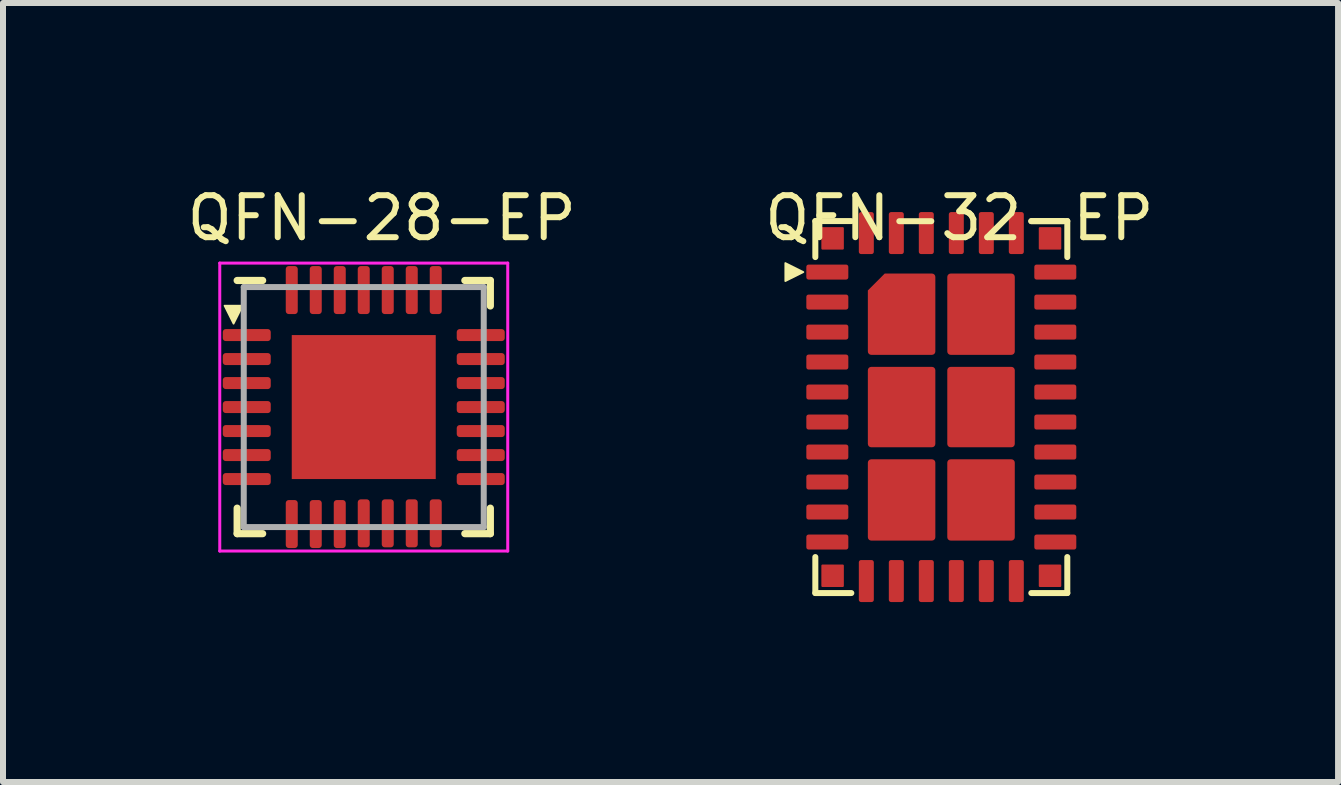
<source format=kicad_pcb>
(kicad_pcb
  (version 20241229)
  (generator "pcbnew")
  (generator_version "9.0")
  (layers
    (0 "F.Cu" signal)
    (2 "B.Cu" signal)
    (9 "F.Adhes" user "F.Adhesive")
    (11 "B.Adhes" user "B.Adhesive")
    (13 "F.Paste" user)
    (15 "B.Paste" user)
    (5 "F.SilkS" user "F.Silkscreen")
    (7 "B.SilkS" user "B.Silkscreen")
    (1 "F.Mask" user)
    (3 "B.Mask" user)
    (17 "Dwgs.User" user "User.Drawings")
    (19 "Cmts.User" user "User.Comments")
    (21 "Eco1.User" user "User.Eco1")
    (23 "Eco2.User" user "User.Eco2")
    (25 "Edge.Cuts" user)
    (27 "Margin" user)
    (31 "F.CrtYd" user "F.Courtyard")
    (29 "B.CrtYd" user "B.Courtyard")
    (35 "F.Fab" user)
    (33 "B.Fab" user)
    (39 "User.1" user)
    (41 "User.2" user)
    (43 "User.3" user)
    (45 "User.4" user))
  (footprint "QFN-28-EP"
    (layer "F.Cu")
    (at 3.013 3.735)
    (property "Reference" "QFN-28-EP" (at 0.3 -3.15 0) (unlocked yes) (layer "F.SilkS") (effects (font (size 0.7 0.7) (thickness 0.1))))
    (attr smd)
    (fp_line (start -2.11 2.11) (end -2.11 1.685) (stroke (width 0.12) (type solid)) (layer "F.SilkS"))
    (fp_line (start -1.685 -2.11) (end -2.11 -2.11) (stroke (width 0.12) (type solid)) (layer "F.SilkS"))
    (fp_line (start -1.685 2.11) (end -2.11 2.11) (stroke (width 0.12) (type solid)) (layer "F.SilkS"))
    (fp_line (start 1.685 -2.11) (end 2.11 -2.11) (stroke (width 0.12) (type solid)) (layer "F.SilkS"))
    (fp_line (start 1.685 2.11) (end 2.11 2.11) (stroke (width 0.12) (type solid)) (layer "F.SilkS"))
    (fp_line (start 2.11 -2.11) (end 2.11 -1.685) (stroke (width 0.12) (type solid)) (layer "F.SilkS"))
    (fp_line (start 2.11 2.11) (end 2.11 1.685) (stroke (width 0.12) (type solid)) (layer "F.SilkS"))
    (fp_poly (pts (xy -2.17 -1.39) (xy -2.32 -1.69) (xy -2.02 -1.69)) (stroke (width 0.03) (type solid)) (fill yes) (layer "F.SilkS"))
    (fp_line (start -2.4 -2.4) (end -2.4 2.4) (stroke (width 0.05) (type solid)) (layer "F.CrtYd"))
    (fp_line (start -2.4 2.4) (end 2.4 2.4) (stroke (width 0.05) (type solid)) (layer "F.CrtYd"))
    (fp_line (start 2.4 -2.4) (end -2.4 -2.4) (stroke (width 0.05) (type solid)) (layer "F.CrtYd"))
    (fp_line (start 2.4 2.4) (end 2.4 -2.4) (stroke (width 0.05) (type solid)) (layer "F.CrtYd"))
    (fp_line (start -2 -2) (end 2 -2) (stroke (width 0.1) (type solid)) (layer "F.Fab"))
    (fp_line (start -2 2) (end -2 -2) (stroke (width 0.1) (type solid)) (layer "F.Fab"))
    (fp_line (start 2 -2) (end 2 2) (stroke (width 0.1) (type solid)) (layer "F.Fab"))
    (fp_line (start 2 2) (end -2 2) (stroke (width 0.1) (type solid)) (layer "F.Fab"))
    (pad "" smd roundrect (at -0.6 -0.6) (size 0.97 0.97) (layers "F.Paste") (roundrect_rratio 0.25))
    (pad "" smd roundrect (at -0.6 0.6) (size 0.97 0.97) (layers "F.Paste") (roundrect_rratio 0.25))
    (pad "" smd roundrect (at 0.6 -0.6) (size 0.97 0.97) (layers "F.Paste") (roundrect_rratio 0.25))
    (pad "" smd roundrect (at 0.6 0.6) (size 0.97 0.97) (layers "F.Paste") (roundrect_rratio 0.25))
    (pad "1" smd roundrect (at -1.95 -1.2) (size 0.8 0.2) (layers "F.Cu" "F.Mask" "F.Paste") (roundrect_rratio 0.25))
    (pad "2" smd roundrect (at -1.95 -0.8) (size 0.8 0.2) (layers "F.Cu" "F.Mask" "F.Paste") (roundrect_rratio 0.25))
    (pad "3" smd roundrect (at -1.95 -0.4) (size 0.8 0.2) (layers "F.Cu" "F.Mask" "F.Paste") (roundrect_rratio 0.25))
    (pad "4" smd roundrect (at -1.95 0) (size 0.8 0.2) (layers "F.Cu" "F.Mask" "F.Paste") (roundrect_rratio 0.25))
    (pad "5" smd roundrect (at -1.95 0.4) (size 0.8 0.2) (layers "F.Cu" "F.Mask" "F.Paste") (roundrect_rratio 0.25))
    (pad "6" smd roundrect (at -1.95 0.8) (size 0.8 0.2) (layers "F.Cu" "F.Mask" "F.Paste") (roundrect_rratio 0.25))
    (pad "7" smd roundrect (at -1.95 1.2) (size 0.8 0.2) (layers "F.Cu" "F.Mask" "F.Paste") (roundrect_rratio 0.25))
    (pad "8" smd roundrect (at -1.2 1.95 90) (size 0.8 0.2) (layers "F.Cu" "F.Mask" "F.Paste") (roundrect_rratio 0.25))
    (pad "9" smd roundrect (at -0.8 1.95 90) (size 0.8 0.2) (layers "F.Cu" "F.Mask" "F.Paste") (roundrect_rratio 0.25))
    (pad "10" smd roundrect (at -0.4 1.95 90) (size 0.8 0.2) (layers "F.Cu" "F.Mask" "F.Paste") (roundrect_rratio 0.25))
    (pad "11" smd roundrect (at 0 1.938) (size 0.2 0.8) (layers "F.Cu" "F.Mask" "F.Paste") (roundrect_rratio 0.25))
    (pad "12" smd roundrect (at 0.4 1.938) (size 0.2 0.8) (layers "F.Cu" "F.Mask" "F.Paste") (roundrect_rratio 0.25))
    (pad "13" smd roundrect (at 0.8 1.938) (size 0.2 0.8) (layers "F.Cu" "F.Mask" "F.Paste") (roundrect_rratio 0.25))
    (pad "14" smd roundrect (at 1.2 1.938) (size 0.2 0.8) (layers "F.Cu" "F.Mask" "F.Paste") (roundrect_rratio 0.25))
    (pad "15" smd roundrect (at 1.95 1.2 90) (size 0.2 0.8) (layers "F.Cu" "F.Mask" "F.Paste") (roundrect_rratio 0.25))
    (pad "16" smd roundrect (at 1.95 0.8 90) (size 0.2 0.8) (layers "F.Cu" "F.Mask" "F.Paste") (roundrect_rratio 0.25))
    (pad "17" smd roundrect (at 1.95 0.4 90) (size 0.2 0.8) (layers "F.Cu" "F.Mask" "F.Paste") (roundrect_rratio 0.25))
    (pad "18" smd roundrect (at 1.95 0 90) (size 0.2 0.8) (layers "F.Cu" "F.Mask" "F.Paste") (roundrect_rratio 0.25))
    (pad "19" smd roundrect (at 1.95 -0.4 90) (size 0.2 0.8) (layers "F.Cu" "F.Mask" "F.Paste") (roundrect_rratio 0.25))
    (pad "20" smd roundrect (at 1.95 -0.8 90) (size 0.2 0.8) (layers "F.Cu" "F.Mask" "F.Paste") (roundrect_rratio 0.25))
    (pad "21" smd roundrect (at 1.95 -1.2) (size 0.8 0.2) (layers "F.Cu" "F.Mask" "F.Paste") (roundrect_rratio 0.25))
    (pad "22" smd roundrect (at 1.2 -1.95 90) (size 0.8 0.2) (layers "F.Cu" "F.Mask" "F.Paste") (roundrect_rratio 0.25))
    (pad "23" smd roundrect (at 0.8 -1.95 90) (size 0.8 0.2) (layers "F.Cu" "F.Mask" "F.Paste") (roundrect_rratio 0.25))
    (pad "24" smd roundrect (at 0.4 -1.95 90) (size 0.8 0.2) (layers "F.Cu" "F.Mask" "F.Paste") (roundrect_rratio 0.25))
    (pad "25" smd roundrect (at 0 -1.95 90) (size 0.8 0.2) (layers "F.Cu" "F.Mask" "F.Paste") (roundrect_rratio 0.25))
    (pad "26" smd roundrect (at -0.4 -1.95 90) (size 0.8 0.2) (layers "F.Cu" "F.Mask" "F.Paste") (roundrect_rratio 0.25))
    (pad "27" smd roundrect (at -0.8 -1.95 90) (size 0.8 0.2) (layers "F.Cu" "F.Mask" "F.Paste") (roundrect_rratio 0.25))
    (pad "28" smd roundrect (at -1.2 -1.95 90) (size 0.8 0.2) (layers "F.Cu" "F.Mask" "F.Paste") (roundrect_rratio 0.25))
    (pad "29" smd rect (at 0 0) (size 2.4 2.4) (layers "F.Cu" "F.Mask")))
  (footprint "QFN-32-EP"
    (layer "F.Cu")
    (at 12.64 3.735)
    (property "Reference" "QFN-32-EP" (at 0.3 -3.15 0) (unlocked yes) (layer "F.SilkS") (effects (font (size 0.7 0.7) (thickness 0.1))))
    (attr smd)
    (fp_line (start -2.1 -2.5) (end -2.1 -3.1) (stroke (width 0.1) (type default)) (layer "F.SilkS"))
    (fp_line (start -2.1 2.5) (end -2.1 3.1) (stroke (width 0.1) (type default)) (layer "F.SilkS"))
    (fp_line (start -1.5 -3.1) (end -2.1 -3.1) (stroke (width 0.1) (type default)) (layer "F.SilkS"))
    (fp_line (start -1.5 3.1) (end -2.1 3.1) (stroke (width 0.1) (type default)) (layer "F.SilkS"))
    (fp_line (start 1.5 -3.1) (end 2.1 -3.1) (stroke (width 0.1) (type default)) (layer "F.SilkS"))
    (fp_line (start 1.5 3.1) (end 2.1 3.1) (stroke (width 0.1) (type default)) (layer "F.SilkS"))
    (fp_line (start 2.1 -2.5) (end 2.1 -3.1) (stroke (width 0.1) (type default)) (layer "F.SilkS"))
    (fp_line (start 2.1 2.5) (end 2.1 3.1) (stroke (width 0.1) (type default)) (layer "F.SilkS"))
    (fp_poly (pts (xy -2.3 -2.25) (xy -2.6 -2.1) (xy -2.6 -2.4)) (stroke (width 0.03) (type solid)) (fill yes) (layer "F.SilkS"))
    (pad "1" smd roundrect (at -1.9 -2.25 270) (size 0.25 0.7) (layers "F.Cu" "F.Mask" "F.Paste") (roundrect_rratio 0.15))
    (pad "2" smd roundrect (at -1.9 -1.75 270) (size 0.25 0.7) (layers "F.Cu" "F.Mask" "F.Paste") (roundrect_rratio 0.15))
    (pad "3" smd roundrect (at -1.9 -1.25 270) (size 0.25 0.7) (layers "F.Cu" "F.Mask" "F.Paste") (roundrect_rratio 0.15))
    (pad "4" smd roundrect (at -1.9 -0.75 270) (size 0.25 0.7) (layers "F.Cu" "F.Mask" "F.Paste") (roundrect_rratio 0.15))
    (pad "5" smd roundrect (at -1.9 -0.25 270) (size 0.25 0.7) (layers "F.Cu" "F.Mask" "F.Paste") (roundrect_rratio 0.15))
    (pad "6" smd roundrect (at -1.9 0.25 270) (size 0.25 0.7) (layers "F.Cu" "F.Mask" "F.Paste") (roundrect_rratio 0.15))
    (pad "7" smd roundrect (at -1.9 0.75 270) (size 0.25 0.7) (layers "F.Cu" "F.Mask" "F.Paste") (roundrect_rratio 0.15))
    (pad "8" smd roundrect (at -1.9 1.25 270) (size 0.25 0.7) (layers "F.Cu" "F.Mask" "F.Paste") (roundrect_rratio 0.15))
    (pad "9" smd roundrect (at -1.9 1.75 270) (size 0.25 0.7) (layers "F.Cu" "F.Mask" "F.Paste") (roundrect_rratio 0.15))
    (pad "10" smd roundrect (at -1.9 2.25 270) (size 0.25 0.7) (layers "F.Cu" "F.Mask" "F.Paste") (roundrect_rratio 0.15))
    (pad "11" smd roundrect (at -1.25 2.9) (size 0.25 0.7) (layers "F.Cu" "F.Mask" "F.Paste") (roundrect_rratio 0.15))
    (pad "12" smd roundrect (at -0.75 2.9) (size 0.25 0.7) (layers "F.Cu" "F.Mask" "F.Paste") (roundrect_rratio 0.15))
    (pad "13" smd roundrect (at -0.25 2.9) (size 0.25 0.7) (layers "F.Cu" "F.Mask" "F.Paste") (roundrect_rratio 0.15))
    (pad "14" smd roundrect (at 0.25 2.9) (size 0.25 0.7) (layers "F.Cu" "F.Mask" "F.Paste") (roundrect_rratio 0.15))
    (pad "15" smd roundrect (at 0.75 2.9) (size 0.25 0.7) (layers "F.Cu" "F.Mask" "F.Paste") (roundrect_rratio 0.15))
    (pad "16" smd roundrect (at 1.25 2.9) (size 0.25 0.7) (layers "F.Cu" "F.Mask" "F.Paste") (roundrect_rratio 0.15))
    (pad "17" smd roundrect (at 1.9 2.25 90) (size 0.25 0.7) (layers "F.Cu" "F.Mask" "F.Paste") (roundrect_rratio 0.15))
    (pad "18" smd roundrect (at 1.9 1.75 90) (size 0.25 0.7) (layers "F.Cu" "F.Mask" "F.Paste") (roundrect_rratio 0.15))
    (pad "19" smd roundrect (at 1.9 1.25 90) (size 0.25 0.7) (layers "F.Cu" "F.Mask" "F.Paste") (roundrect_rratio 0.15))
    (pad "20" smd roundrect (at 1.9 0.75 90) (size 0.25 0.7) (layers "F.Cu" "F.Mask" "F.Paste") (roundrect_rratio 0.15))
    (pad "21" smd roundrect (at 1.9 0.25 90) (size 0.25 0.7) (layers "F.Cu" "F.Mask" "F.Paste") (roundrect_rratio 0.15))
    (pad "22" smd roundrect (at 1.9 -0.25 90) (size 0.25 0.7) (layers "F.Cu" "F.Mask" "F.Paste") (roundrect_rratio 0.15))
    (pad "23" smd roundrect (at 1.9 -0.75 90) (size 0.25 0.7) (layers "F.Cu" "F.Mask" "F.Paste") (roundrect_rratio 0.15))
    (pad "24" smd roundrect (at 1.9 -1.25 90) (size 0.25 0.7) (layers "F.Cu" "F.Mask" "F.Paste") (roundrect_rratio 0.15))
    (pad "25" smd roundrect (at 1.9 -1.75 90) (size 0.25 0.7) (layers "F.Cu" "F.Mask" "F.Paste") (roundrect_rratio 0.15))
    (pad "26" smd roundrect (at 1.9 -2.25 90) (size 0.25 0.7) (layers "F.Cu" "F.Mask" "F.Paste") (roundrect_rratio 0.15))
    (pad "27" smd roundrect (at 1.25 -2.9 180) (size 0.25 0.7) (layers "F.Cu" "F.Mask" "F.Paste") (roundrect_rratio 0.15))
    (pad "28" smd roundrect (at 0.75 -2.9 180) (size 0.25 0.7) (layers "F.Cu" "F.Mask" "F.Paste") (roundrect_rratio 0.15))
    (pad "29" smd roundrect (at 0.25 -2.9 180) (size 0.25 0.7) (layers "F.Cu" "F.Mask" "F.Paste") (roundrect_rratio 0.15))
    (pad "30" smd roundrect (at -0.25 -2.9 180) (size 0.25 0.7) (layers "F.Cu" "F.Mask" "F.Paste") (roundrect_rratio 0.15))
    (pad "31" smd roundrect (at -0.75 -2.9 180) (size 0.25 0.7) (layers "F.Cu" "F.Mask" "F.Paste") (roundrect_rratio 0.15))
    (pad "32" smd roundrect (at -1.25 -2.9 180) (size 0.25 0.7) (layers "F.Cu" "F.Mask" "F.Paste") (roundrect_rratio 0.15))
    (pad "EP" smd roundrect (at -1.812 -2.812 270) (size 0.375 0.375) (layers "F.Cu" "F.Mask" "F.Paste") (roundrect_rratio 0.05))
    (pad "EP" smd roundrect (at -1.812 2.812 270) (size 0.375 0.375) (layers "F.Cu" "F.Mask" "F.Paste") (roundrect_rratio 0.05))
    (pad "EP" smd roundrect (at -0.662 -1.548 270) (size 1.355 1.125) (layers "F.Cu" "F.Mask" "F.Paste") (roundrect_rratio 0.05) (chamfer_ratio 0.25) (chamfer bottom_left))
    (pad "EP" smd roundrect (at -0.662 0 270) (size 1.34 1.125) (layers "F.Cu" "F.Mask" "F.Paste") (roundrect_rratio 0.05))
    (pad "EP" smd roundrect (at -0.662 1.548 270) (size 1.355 1.125) (layers "F.Cu" "F.Mask" "F.Paste") (roundrect_rratio 0.05))
    (pad "EP" smd roundrect (at 0.662 -1.548 270) (size 1.355 1.125) (layers "F.Cu" "F.Mask" "F.Paste") (roundrect_rratio 0.05))
    (pad "EP" smd roundrect (at 0.662 0 270) (size 1.34 1.125) (layers "F.Cu" "F.Mask" "F.Paste") (roundrect_rratio 0.05))
    (pad "EP" smd roundrect (at 0.662 1.548 270) (size 1.355 1.125) (layers "F.Cu" "F.Mask" "F.Paste") (roundrect_rratio 0.05))
    (pad "EP" smd roundrect (at 1.812 -2.812 270) (size 0.375 0.375) (layers "F.Cu" "F.Mask" "F.Paste") (roundrect_rratio 0.05))
    (pad "EP" smd roundrect (at 1.812 2.812 270) (size 0.375 0.375) (layers "F.Cu" "F.Mask" "F.Paste") (roundrect_rratio 0.05)))
  (gr_rect
    (start -3 -3)
    (end 19.253 9.985)
    (stroke (width 0.1) (type default))
    (fill no)
    (layer "Edge.Cuts")))
</source>
